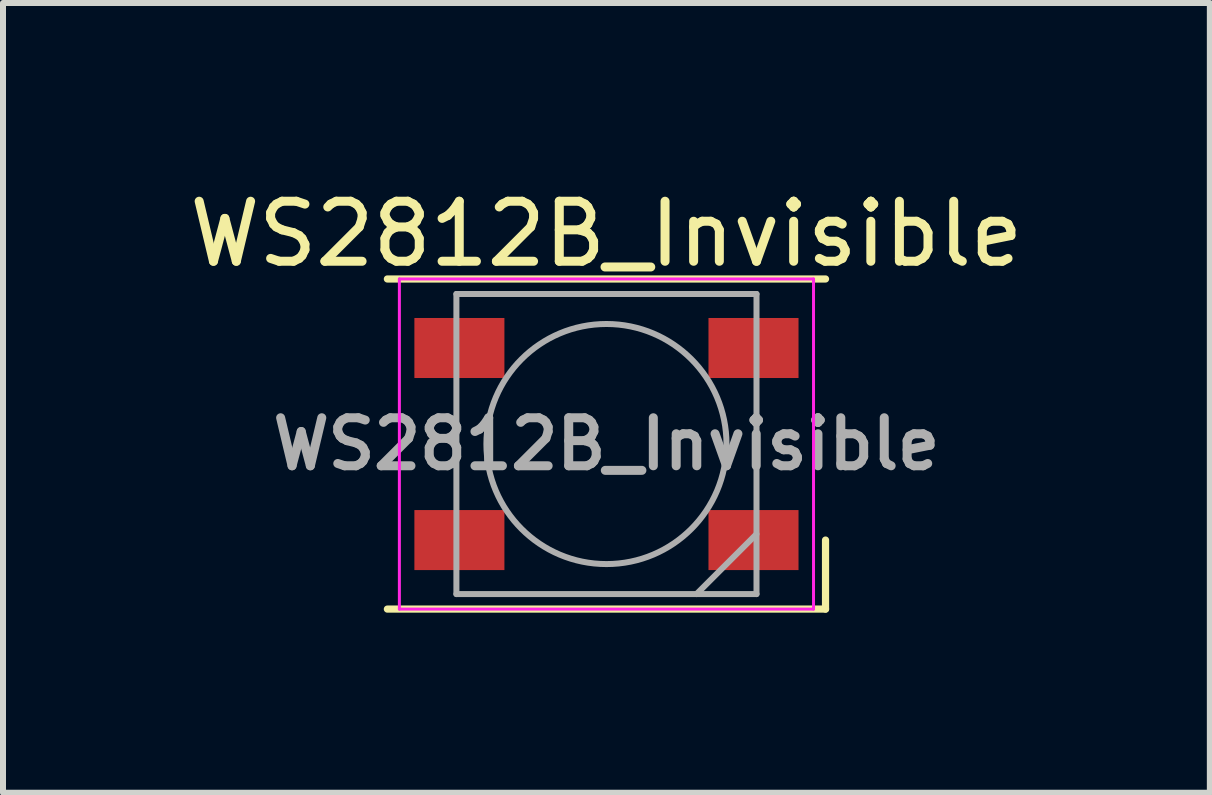
<source format=kicad_pcb>
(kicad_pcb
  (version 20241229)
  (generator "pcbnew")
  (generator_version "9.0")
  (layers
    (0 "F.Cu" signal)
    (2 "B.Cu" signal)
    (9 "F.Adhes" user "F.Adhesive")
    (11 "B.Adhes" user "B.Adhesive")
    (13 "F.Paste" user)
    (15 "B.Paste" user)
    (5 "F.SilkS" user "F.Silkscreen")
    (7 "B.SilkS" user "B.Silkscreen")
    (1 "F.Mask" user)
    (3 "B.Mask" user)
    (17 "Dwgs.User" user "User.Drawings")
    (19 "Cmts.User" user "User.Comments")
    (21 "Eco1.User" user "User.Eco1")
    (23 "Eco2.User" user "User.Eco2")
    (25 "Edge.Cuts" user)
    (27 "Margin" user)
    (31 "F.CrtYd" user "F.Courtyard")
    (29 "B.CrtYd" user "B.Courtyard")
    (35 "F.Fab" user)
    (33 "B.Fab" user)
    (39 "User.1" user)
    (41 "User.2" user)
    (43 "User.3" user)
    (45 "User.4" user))
  (footprint "WS2812B_Invisible"
    (layer "F.Cu")
    (at 7.054 4.348)
    (property "Reference" "WS2812B_Invisible" (at 0 -3.5 180) (layer "F.SilkS") (effects (font (size 1 1) (thickness 0.15))))
    (attr smd)
    (fp_line (start -3.65 -2.75) (end 3.65 -2.75) (stroke (width 0.12) (type solid)) (layer "F.SilkS"))
    (fp_line (start -3.65 2.75) (end 3.65 2.75) (stroke (width 0.12) (type solid)) (layer "F.SilkS"))
    (fp_line (start 3.65 2.75) (end 3.65 1.6) (stroke (width 0.12) (type solid)) (layer "F.SilkS"))
    (fp_line (start -3.45 -2.75) (end -3.45 2.75) (stroke (width 0.05) (type solid)) (layer "F.CrtYd"))
    (fp_line (start -3.45 2.75) (end 3.45 2.75) (stroke (width 0.05) (type solid)) (layer "F.CrtYd"))
    (fp_line (start 3.45 -2.75) (end -3.45 -2.75) (stroke (width 0.05) (type solid)) (layer "F.CrtYd"))
    (fp_line (start 3.45 2.75) (end 3.45 -2.75) (stroke (width 0.05) (type solid)) (layer "F.CrtYd"))
    (fp_line (start -2.5 -2.5) (end -2.5 2.5) (stroke (width 0.1) (type solid)) (layer "F.Fab"))
    (fp_line (start -2.5 2.5) (end 2.5 2.5) (stroke (width 0.1) (type solid)) (layer "F.Fab"))
    (fp_line (start 2.5 -2.5) (end -2.5 -2.5) (stroke (width 0.1) (type solid)) (layer "F.Fab"))
    (fp_line (start 2.5 1.5) (end 1.5 2.5) (stroke (width 0.1) (type solid)) (layer "F.Fab"))
    (fp_line (start 2.5 2.5) (end 2.5 -2.5) (stroke (width 0.1) (type solid)) (layer "F.Fab"))
    (fp_circle (center 0 0) (end 0 -2) (stroke (width 0.1) (type solid)) (fill no) (layer "F.Fab"))
    (fp_text user "${REFERENCE}" (at 0 0 180) (layer "F.Fab") (effects (font (size 0.8 0.8) (thickness 0.15))))
    (pad "1" smd rect (at -2.45 -1.6) (size 1.5 1) (layers "F.Cu" "F.Mask" "F.Paste"))
    (pad "2" smd rect (at -2.45 1.6) (size 1.5 1) (layers "F.Cu" "F.Mask" "F.Paste"))
    (pad "3" smd rect (at 2.45 1.6) (size 1.5 1) (layers "F.Cu" "F.Mask" "F.Paste"))
    (pad "4" smd rect (at 2.45 -1.6) (size 1.5 1) (layers "F.Cu" "F.Mask" "F.Paste")))
  (gr_rect
    (start -3 -3)
    (end 17.107 10.158)
    (stroke (width 0.1) (type default))
    (fill no)
    (layer "Edge.Cuts")))
</source>
